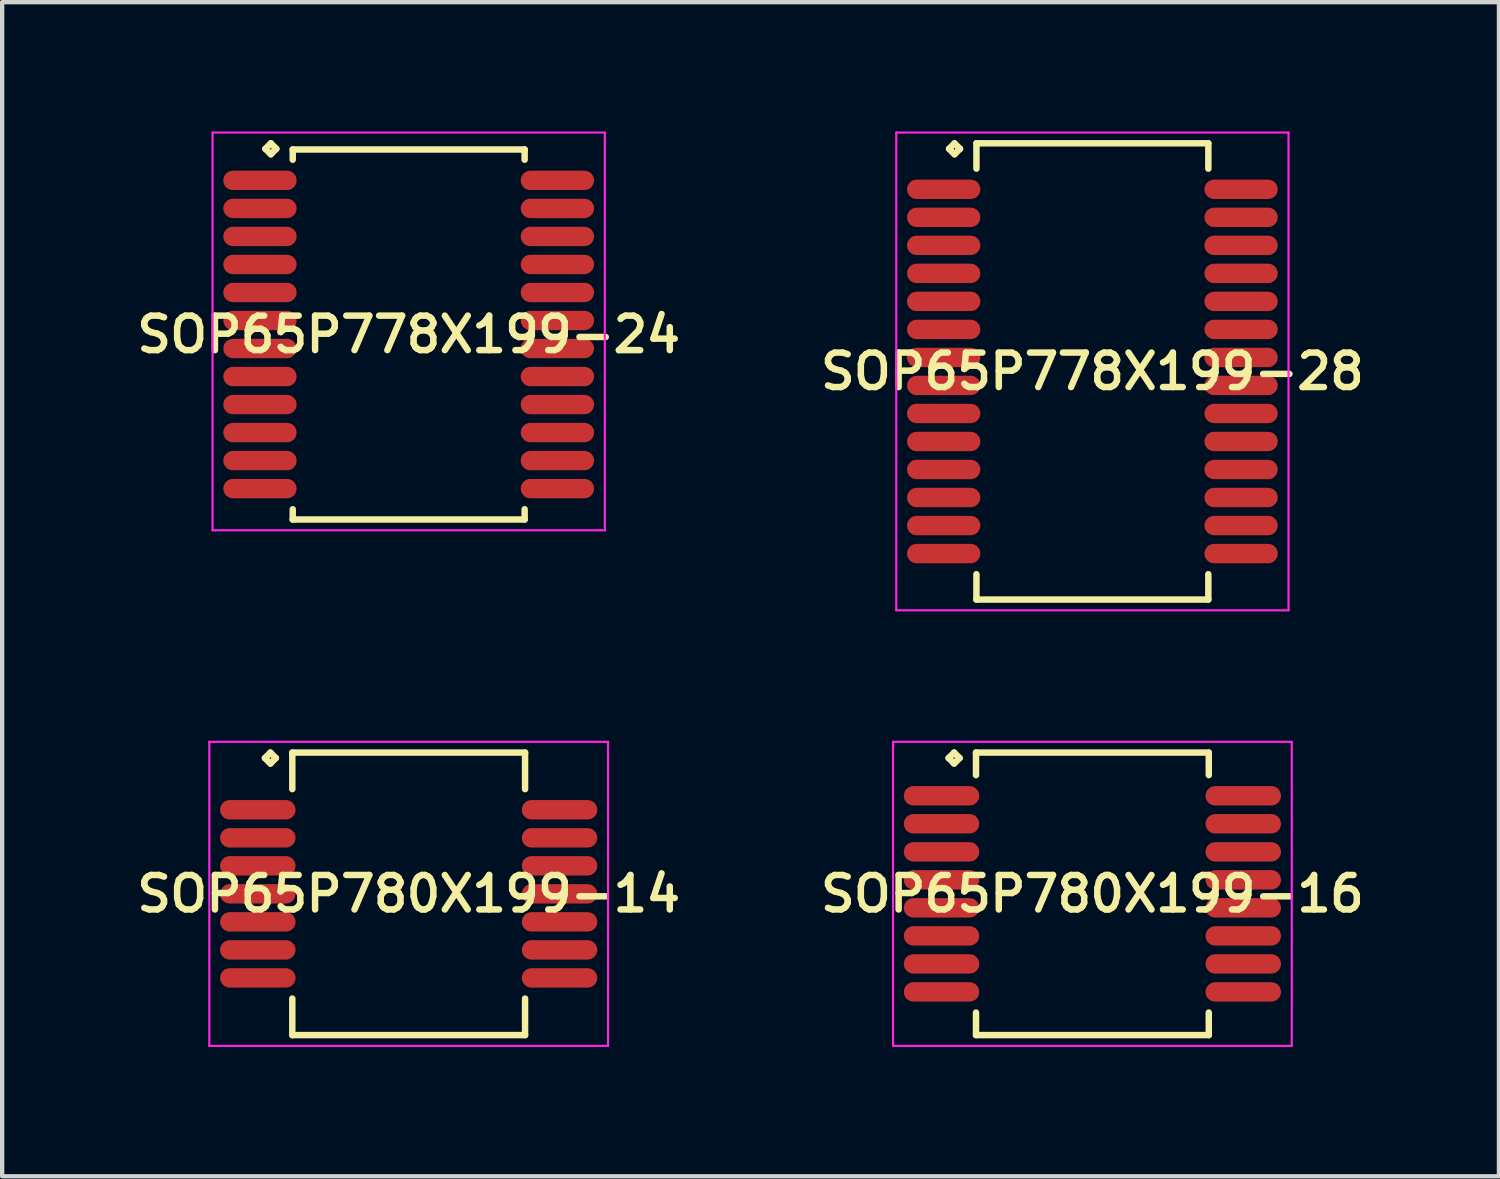
<source format=kicad_pcb>
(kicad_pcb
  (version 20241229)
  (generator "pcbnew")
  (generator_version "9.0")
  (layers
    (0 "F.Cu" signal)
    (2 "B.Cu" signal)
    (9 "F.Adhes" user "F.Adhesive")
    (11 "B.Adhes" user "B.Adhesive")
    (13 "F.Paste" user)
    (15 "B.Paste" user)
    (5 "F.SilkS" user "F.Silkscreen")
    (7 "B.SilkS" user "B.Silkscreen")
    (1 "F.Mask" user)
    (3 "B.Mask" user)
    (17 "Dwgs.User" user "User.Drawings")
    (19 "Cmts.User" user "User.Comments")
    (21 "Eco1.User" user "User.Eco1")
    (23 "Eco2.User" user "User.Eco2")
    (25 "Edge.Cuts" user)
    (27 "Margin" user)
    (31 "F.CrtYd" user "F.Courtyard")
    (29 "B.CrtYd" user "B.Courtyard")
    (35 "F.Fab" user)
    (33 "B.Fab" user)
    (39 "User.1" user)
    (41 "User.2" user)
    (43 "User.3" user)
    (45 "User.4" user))
  (footprint "SOP65P778X199-28"
    (layer "F.Cu")
    (at 22.292 5.567)
    (property "Reference" "SOP65P778X199-28" (at 0 0 0) (layer "F.SilkS") (effects (font (size 0.8 0.8) (thickness 0.15))))
    (attr smd)
    (fp_line (start -3.325 -5.165) (end -3.198 -5.292) (stroke (width 0.15) (type solid)) (layer "F.SilkS"))
    (fp_line (start -3.198 -5.292) (end -3.071 -5.165) (stroke (width 0.15) (type solid)) (layer "F.SilkS"))
    (fp_line (start -3.198 -5.038) (end -3.325 -5.165) (stroke (width 0.15) (type solid)) (layer "F.SilkS"))
    (fp_line (start -3.071 -5.165) (end -3.198 -5.038) (stroke (width 0.15) (type solid)) (layer "F.SilkS"))
    (fp_line (start -2.69 -5.292) (end 2.69 -5.292) (stroke (width 0.15) (type solid)) (layer "F.SilkS"))
    (fp_line (start -2.69 -4.704) (end -2.69 -5.292) (stroke (width 0.15) (type solid)) (layer "F.SilkS"))
    (fp_line (start -2.69 4.704) (end -2.69 5.292) (stroke (width 0.15) (type solid)) (layer "F.SilkS"))
    (fp_line (start -2.69 5.292) (end 2.69 5.292) (stroke (width 0.15) (type solid)) (layer "F.SilkS"))
    (fp_line (start 2.69 -5.292) (end 2.69 -4.704) (stroke (width 0.15) (type solid)) (layer "F.SilkS"))
    (fp_line (start 2.69 5.292) (end 2.69 4.704) (stroke (width 0.15) (type solid)) (layer "F.SilkS"))
    (fp_line (start -4.55 -5.542) (end 4.55 -5.542) (stroke (width 0.05) (type solid)) (layer "F.CrtYd"))
    (fp_line (start -4.55 5.542) (end -4.55 -5.542) (stroke (width 0.05) (type solid)) (layer "F.CrtYd"))
    (fp_line (start 4.55 -5.542) (end 4.55 5.542) (stroke (width 0.05) (type solid)) (layer "F.CrtYd"))
    (fp_line (start 4.55 5.542) (end -4.55 5.542) (stroke (width 0.05) (type solid)) (layer "F.CrtYd"))
    (pad "1" smd oval (at -3.45 -4.225) (size 1.7 0.45) (layers "F.Cu" "F.Mask" "F.Paste"))
    (pad "2" smd oval (at -3.45 -3.575) (size 1.7 0.45) (layers "F.Cu" "F.Mask" "F.Paste"))
    (pad "3" smd oval (at -3.45 -2.925) (size 1.7 0.45) (layers "F.Cu" "F.Mask" "F.Paste"))
    (pad "4" smd oval (at -3.45 -2.275) (size 1.7 0.45) (layers "F.Cu" "F.Mask" "F.Paste"))
    (pad "5" smd oval (at -3.45 -1.625) (size 1.7 0.45) (layers "F.Cu" "F.Mask" "F.Paste"))
    (pad "6" smd oval (at -3.45 -0.975) (size 1.7 0.45) (layers "F.Cu" "F.Mask" "F.Paste"))
    (pad "7" smd oval (at -3.45 -0.325) (size 1.7 0.45) (layers "F.Cu" "F.Mask" "F.Paste"))
    (pad "8" smd oval (at -3.45 0.325) (size 1.7 0.45) (layers "F.Cu" "F.Mask" "F.Paste"))
    (pad "9" smd oval (at -3.45 0.975) (size 1.7 0.45) (layers "F.Cu" "F.Mask" "F.Paste"))
    (pad "10" smd oval (at -3.45 1.625) (size 1.7 0.45) (layers "F.Cu" "F.Mask" "F.Paste"))
    (pad "11" smd oval (at -3.45 2.275) (size 1.7 0.45) (layers "F.Cu" "F.Mask" "F.Paste"))
    (pad "12" smd oval (at -3.45 2.925) (size 1.7 0.45) (layers "F.Cu" "F.Mask" "F.Paste"))
    (pad "13" smd oval (at -3.45 3.575) (size 1.7 0.45) (layers "F.Cu" "F.Mask" "F.Paste"))
    (pad "14" smd oval (at -3.45 4.225) (size 1.7 0.45) (layers "F.Cu" "F.Mask" "F.Paste"))
    (pad "15" smd oval (at 3.45 4.225) (size 1.7 0.45) (layers "F.Cu" "F.Mask" "F.Paste"))
    (pad "16" smd oval (at 3.45 3.575) (size 1.7 0.45) (layers "F.Cu" "F.Mask" "F.Paste"))
    (pad "17" smd oval (at 3.45 2.925) (size 1.7 0.45) (layers "F.Cu" "F.Mask" "F.Paste"))
    (pad "18" smd oval (at 3.45 2.275) (size 1.7 0.45) (layers "F.Cu" "F.Mask" "F.Paste"))
    (pad "19" smd oval (at 3.45 1.625) (size 1.7 0.45) (layers "F.Cu" "F.Mask" "F.Paste"))
    (pad "20" smd oval (at 3.45 0.975) (size 1.7 0.45) (layers "F.Cu" "F.Mask" "F.Paste"))
    (pad "21" smd oval (at 3.45 0.325) (size 1.7 0.45) (layers "F.Cu" "F.Mask" "F.Paste"))
    (pad "22" smd oval (at 3.45 -0.325) (size 1.7 0.45) (layers "F.Cu" "F.Mask" "F.Paste"))
    (pad "23" smd oval (at 3.45 -0.975) (size 1.7 0.45) (layers "F.Cu" "F.Mask" "F.Paste"))
    (pad "24" smd oval (at 3.45 -1.625) (size 1.7 0.45) (layers "F.Cu" "F.Mask" "F.Paste"))
    (pad "25" smd oval (at 3.45 -2.275) (size 1.7 0.45) (layers "F.Cu" "F.Mask" "F.Paste"))
    (pad "26" smd oval (at 3.45 -2.925) (size 1.7 0.45) (layers "F.Cu" "F.Mask" "F.Paste"))
    (pad "27" smd oval (at 3.45 -3.575) (size 1.7 0.45) (layers "F.Cu" "F.Mask" "F.Paste"))
    (pad "28" smd oval (at 3.45 -4.225) (size 1.7 0.45) (layers "F.Cu" "F.Mask" "F.Paste")))
  (footprint "SOP65P780X199-14"
    (layer "F.Cu")
    (at 6.431 17.686)
    (property "Reference" "SOP65P780X199-14" (at 0 0 0) (layer "F.SilkS") (effects (font (size 0.8 0.8) (thickness 0.15))))
    (attr smd)
    (fp_line (start -3.335 -3.15) (end -3.208 -3.277) (stroke (width 0.15) (type solid)) (layer "F.SilkS"))
    (fp_line (start -3.208 -3.277) (end -3.081 -3.15) (stroke (width 0.15) (type solid)) (layer "F.SilkS"))
    (fp_line (start -3.208 -3.023) (end -3.335 -3.15) (stroke (width 0.15) (type solid)) (layer "F.SilkS"))
    (fp_line (start -3.081 -3.15) (end -3.208 -3.023) (stroke (width 0.15) (type solid)) (layer "F.SilkS"))
    (fp_line (start -2.7 -3.277) (end 2.7 -3.277) (stroke (width 0.15) (type solid)) (layer "F.SilkS"))
    (fp_line (start -2.7 -2.429) (end -2.7 -3.277) (stroke (width 0.15) (type solid)) (layer "F.SilkS"))
    (fp_line (start -2.7 2.429) (end -2.7 3.277) (stroke (width 0.15) (type solid)) (layer "F.SilkS"))
    (fp_line (start -2.7 3.277) (end 2.7 3.277) (stroke (width 0.15) (type solid)) (layer "F.SilkS"))
    (fp_line (start 2.7 -3.277) (end 2.7 -2.429) (stroke (width 0.15) (type solid)) (layer "F.SilkS"))
    (fp_line (start 2.7 3.277) (end 2.7 2.429) (stroke (width 0.15) (type solid)) (layer "F.SilkS"))
    (fp_line (start -4.625 -3.527) (end 4.625 -3.527) (stroke (width 0.05) (type solid)) (layer "F.CrtYd"))
    (fp_line (start -4.625 3.527) (end -4.625 -3.527) (stroke (width 0.05) (type solid)) (layer "F.CrtYd"))
    (fp_line (start 4.625 -3.527) (end 4.625 3.527) (stroke (width 0.05) (type solid)) (layer "F.CrtYd"))
    (fp_line (start 4.625 3.527) (end -4.625 3.527) (stroke (width 0.05) (type solid)) (layer "F.CrtYd"))
    (pad "1" smd oval (at -3.5 -1.95) (size 1.75 0.45) (layers "F.Cu" "F.Mask" "F.Paste"))
    (pad "2" smd oval (at -3.5 -1.3) (size 1.75 0.45) (layers "F.Cu" "F.Mask" "F.Paste"))
    (pad "3" smd oval (at -3.5 -0.65) (size 1.75 0.45) (layers "F.Cu" "F.Mask" "F.Paste"))
    (pad "4" smd oval (at -3.5 0) (size 1.75 0.45) (layers "F.Cu" "F.Mask" "F.Paste"))
    (pad "5" smd oval (at -3.5 0.65) (size 1.75 0.45) (layers "F.Cu" "F.Mask" "F.Paste"))
    (pad "6" smd oval (at -3.5 1.3) (size 1.75 0.45) (layers "F.Cu" "F.Mask" "F.Paste"))
    (pad "7" smd oval (at -3.5 1.95) (size 1.75 0.45) (layers "F.Cu" "F.Mask" "F.Paste"))
    (pad "8" smd oval (at 3.5 1.95) (size 1.75 0.45) (layers "F.Cu" "F.Mask" "F.Paste"))
    (pad "9" smd oval (at 3.5 1.3) (size 1.75 0.45) (layers "F.Cu" "F.Mask" "F.Paste"))
    (pad "10" smd oval (at 3.5 0.65) (size 1.75 0.45) (layers "F.Cu" "F.Mask" "F.Paste"))
    (pad "11" smd oval (at 3.5 0) (size 1.75 0.45) (layers "F.Cu" "F.Mask" "F.Paste"))
    (pad "12" smd oval (at 3.5 -0.65) (size 1.75 0.45) (layers "F.Cu" "F.Mask" "F.Paste"))
    (pad "13" smd oval (at 3.5 -1.3) (size 1.75 0.45) (layers "F.Cu" "F.Mask" "F.Paste"))
    (pad "14" smd oval (at 3.5 -1.95) (size 1.75 0.45) (layers "F.Cu" "F.Mask" "F.Paste")))
  (footprint "SOP65P780X199-16"
    (layer "F.Cu")
    (at 22.292 17.686)
    (property "Reference" "SOP65P780X199-16" (at 0 0 0) (layer "F.SilkS") (effects (font (size 0.8 0.8) (thickness 0.15))))
    (attr smd)
    (fp_line (start -3.335 -3.15) (end -3.208 -3.277) (stroke (width 0.15) (type solid)) (layer "F.SilkS"))
    (fp_line (start -3.208 -3.277) (end -3.081 -3.15) (stroke (width 0.15) (type solid)) (layer "F.SilkS"))
    (fp_line (start -3.208 -3.023) (end -3.335 -3.15) (stroke (width 0.15) (type solid)) (layer "F.SilkS"))
    (fp_line (start -3.081 -3.15) (end -3.208 -3.023) (stroke (width 0.15) (type solid)) (layer "F.SilkS"))
    (fp_line (start -2.7 -3.277) (end 2.7 -3.277) (stroke (width 0.15) (type solid)) (layer "F.SilkS"))
    (fp_line (start -2.7 -2.754) (end -2.7 -3.277) (stroke (width 0.15) (type solid)) (layer "F.SilkS"))
    (fp_line (start -2.7 2.754) (end -2.7 3.277) (stroke (width 0.15) (type solid)) (layer "F.SilkS"))
    (fp_line (start -2.7 3.277) (end 2.7 3.277) (stroke (width 0.15) (type solid)) (layer "F.SilkS"))
    (fp_line (start 2.7 -3.277) (end 2.7 -2.754) (stroke (width 0.15) (type solid)) (layer "F.SilkS"))
    (fp_line (start 2.7 3.277) (end 2.7 2.754) (stroke (width 0.15) (type solid)) (layer "F.SilkS"))
    (fp_line (start -4.625 -3.527) (end 4.625 -3.527) (stroke (width 0.05) (type solid)) (layer "F.CrtYd"))
    (fp_line (start -4.625 3.527) (end -4.625 -3.527) (stroke (width 0.05) (type solid)) (layer "F.CrtYd"))
    (fp_line (start 4.625 -3.527) (end 4.625 3.527) (stroke (width 0.05) (type solid)) (layer "F.CrtYd"))
    (fp_line (start 4.625 3.527) (end -4.625 3.527) (stroke (width 0.05) (type solid)) (layer "F.CrtYd"))
    (pad "1" smd oval (at -3.5 -2.275) (size 1.75 0.45) (layers "F.Cu" "F.Mask" "F.Paste"))
    (pad "2" smd oval (at -3.5 -1.625) (size 1.75 0.45) (layers "F.Cu" "F.Mask" "F.Paste"))
    (pad "3" smd oval (at -3.5 -0.975) (size 1.75 0.45) (layers "F.Cu" "F.Mask" "F.Paste"))
    (pad "4" smd oval (at -3.5 -0.325) (size 1.75 0.45) (layers "F.Cu" "F.Mask" "F.Paste"))
    (pad "5" smd oval (at -3.5 0.325) (size 1.75 0.45) (layers "F.Cu" "F.Mask" "F.Paste"))
    (pad "6" smd oval (at -3.5 0.975) (size 1.75 0.45) (layers "F.Cu" "F.Mask" "F.Paste"))
    (pad "7" smd oval (at -3.5 1.625) (size 1.75 0.45) (layers "F.Cu" "F.Mask" "F.Paste"))
    (pad "8" smd oval (at -3.5 2.275) (size 1.75 0.45) (layers "F.Cu" "F.Mask" "F.Paste"))
    (pad "9" smd oval (at 3.5 2.275) (size 1.75 0.45) (layers "F.Cu" "F.Mask" "F.Paste"))
    (pad "10" smd oval (at 3.5 1.625) (size 1.75 0.45) (layers "F.Cu" "F.Mask" "F.Paste"))
    (pad "11" smd oval (at 3.5 0.975) (size 1.75 0.45) (layers "F.Cu" "F.Mask" "F.Paste"))
    (pad "12" smd oval (at 3.5 0.325) (size 1.75 0.45) (layers "F.Cu" "F.Mask" "F.Paste"))
    (pad "13" smd oval (at 3.5 -0.325) (size 1.75 0.45) (layers "F.Cu" "F.Mask" "F.Paste"))
    (pad "14" smd oval (at 3.5 -0.975) (size 1.75 0.45) (layers "F.Cu" "F.Mask" "F.Paste"))
    (pad "15" smd oval (at 3.5 -1.625) (size 1.75 0.45) (layers "F.Cu" "F.Mask" "F.Paste"))
    (pad "16" smd oval (at 3.5 -2.275) (size 1.75 0.45) (layers "F.Cu" "F.Mask" "F.Paste")))
  (footprint "SOP65P778X199-24"
    (layer "F.Cu")
    (at 6.431 4.71)
    (property "Reference" "SOP65P778X199-24" (at 0 0 0) (layer "F.SilkS") (effects (font (size 0.8 0.8) (thickness 0.15))))
    (attr smd)
    (fp_line (start -3.325 -4.308) (end -3.198 -4.435) (stroke (width 0.15) (type solid)) (layer "F.SilkS"))
    (fp_line (start -3.198 -4.435) (end -3.071 -4.308) (stroke (width 0.15) (type solid)) (layer "F.SilkS"))
    (fp_line (start -3.198 -4.181) (end -3.325 -4.308) (stroke (width 0.15) (type solid)) (layer "F.SilkS"))
    (fp_line (start -3.071 -4.308) (end -3.198 -4.181) (stroke (width 0.15) (type solid)) (layer "F.SilkS"))
    (fp_line (start -2.69 -4.292) (end 2.69 -4.292) (stroke (width 0.15) (type solid)) (layer "F.SilkS"))
    (fp_line (start -2.69 -4.054) (end -2.69 -4.292) (stroke (width 0.15) (type solid)) (layer "F.SilkS"))
    (fp_line (start -2.69 4.054) (end -2.69 4.292) (stroke (width 0.15) (type solid)) (layer "F.SilkS"))
    (fp_line (start -2.69 4.292) (end 2.69 4.292) (stroke (width 0.15) (type solid)) (layer "F.SilkS"))
    (fp_line (start 2.69 -4.292) (end 2.69 -4.054) (stroke (width 0.15) (type solid)) (layer "F.SilkS"))
    (fp_line (start 2.69 4.292) (end 2.69 4.054) (stroke (width 0.15) (type solid)) (layer "F.SilkS"))
    (fp_line (start -4.55 -4.685) (end 4.55 -4.685) (stroke (width 0.05) (type solid)) (layer "F.CrtYd"))
    (fp_line (start -4.55 4.542) (end -4.55 -4.685) (stroke (width 0.05) (type solid)) (layer "F.CrtYd"))
    (fp_line (start 4.55 -4.685) (end 4.55 4.542) (stroke (width 0.05) (type solid)) (layer "F.CrtYd"))
    (fp_line (start 4.55 4.542) (end -4.55 4.542) (stroke (width 0.05) (type solid)) (layer "F.CrtYd"))
    (pad "1" smd oval (at -3.45 -3.575) (size 1.7 0.45) (layers "F.Cu" "F.Mask" "F.Paste"))
    (pad "2" smd oval (at -3.45 -2.925) (size 1.7 0.45) (layers "F.Cu" "F.Mask" "F.Paste"))
    (pad "3" smd oval (at -3.45 -2.275) (size 1.7 0.45) (layers "F.Cu" "F.Mask" "F.Paste"))
    (pad "4" smd oval (at -3.45 -1.625) (size 1.7 0.45) (layers "F.Cu" "F.Mask" "F.Paste"))
    (pad "5" smd oval (at -3.45 -0.975) (size 1.7 0.45) (layers "F.Cu" "F.Mask" "F.Paste"))
    (pad "6" smd oval (at -3.45 -0.325) (size 1.7 0.45) (layers "F.Cu" "F.Mask" "F.Paste"))
    (pad "7" smd oval (at -3.45 0.325) (size 1.7 0.45) (layers "F.Cu" "F.Mask" "F.Paste"))
    (pad "8" smd oval (at -3.45 0.975) (size 1.7 0.45) (layers "F.Cu" "F.Mask" "F.Paste"))
    (pad "9" smd oval (at -3.45 1.625) (size 1.7 0.45) (layers "F.Cu" "F.Mask" "F.Paste"))
    (pad "10" smd oval (at -3.45 2.275) (size 1.7 0.45) (layers "F.Cu" "F.Mask" "F.Paste"))
    (pad "11" smd oval (at -3.45 2.925) (size 1.7 0.45) (layers "F.Cu" "F.Mask" "F.Paste"))
    (pad "12" smd oval (at -3.45 3.575) (size 1.7 0.45) (layers "F.Cu" "F.Mask" "F.Paste"))
    (pad "13" smd oval (at 3.45 3.575) (size 1.7 0.45) (layers "F.Cu" "F.Mask" "F.Paste"))
    (pad "14" smd oval (at 3.45 2.925) (size 1.7 0.45) (layers "F.Cu" "F.Mask" "F.Paste"))
    (pad "15" smd oval (at 3.45 2.275) (size 1.7 0.45) (layers "F.Cu" "F.Mask" "F.Paste"))
    (pad "16" smd oval (at 3.45 1.625) (size 1.7 0.45) (layers "F.Cu" "F.Mask" "F.Paste"))
    (pad "17" smd oval (at 3.45 0.975) (size 1.7 0.45) (layers "F.Cu" "F.Mask" "F.Paste"))
    (pad "18" smd oval (at 3.45 0.325) (size 1.7 0.45) (layers "F.Cu" "F.Mask" "F.Paste"))
    (pad "19" smd oval (at 3.45 -0.325) (size 1.7 0.45) (layers "F.Cu" "F.Mask" "F.Paste"))
    (pad "20" smd oval (at 3.45 -0.975) (size 1.7 0.45) (layers "F.Cu" "F.Mask" "F.Paste"))
    (pad "21" smd oval (at 3.45 -1.625) (size 1.7 0.45) (layers "F.Cu" "F.Mask" "F.Paste"))
    (pad "22" smd oval (at 3.45 -2.275) (size 1.7 0.45) (layers "F.Cu" "F.Mask" "F.Paste"))
    (pad "23" smd oval (at 3.45 -2.925) (size 1.7 0.45) (layers "F.Cu" "F.Mask" "F.Paste"))
    (pad "24" smd oval (at 3.45 -3.575) (size 1.7 0.45) (layers "F.Cu" "F.Mask" "F.Paste")))
  (gr_rect
    (start -3 -3)
    (end 31.723 24.238)
    (stroke (width 0.1) (type default))
    (fill no)
    (layer "Edge.Cuts")))
</source>
